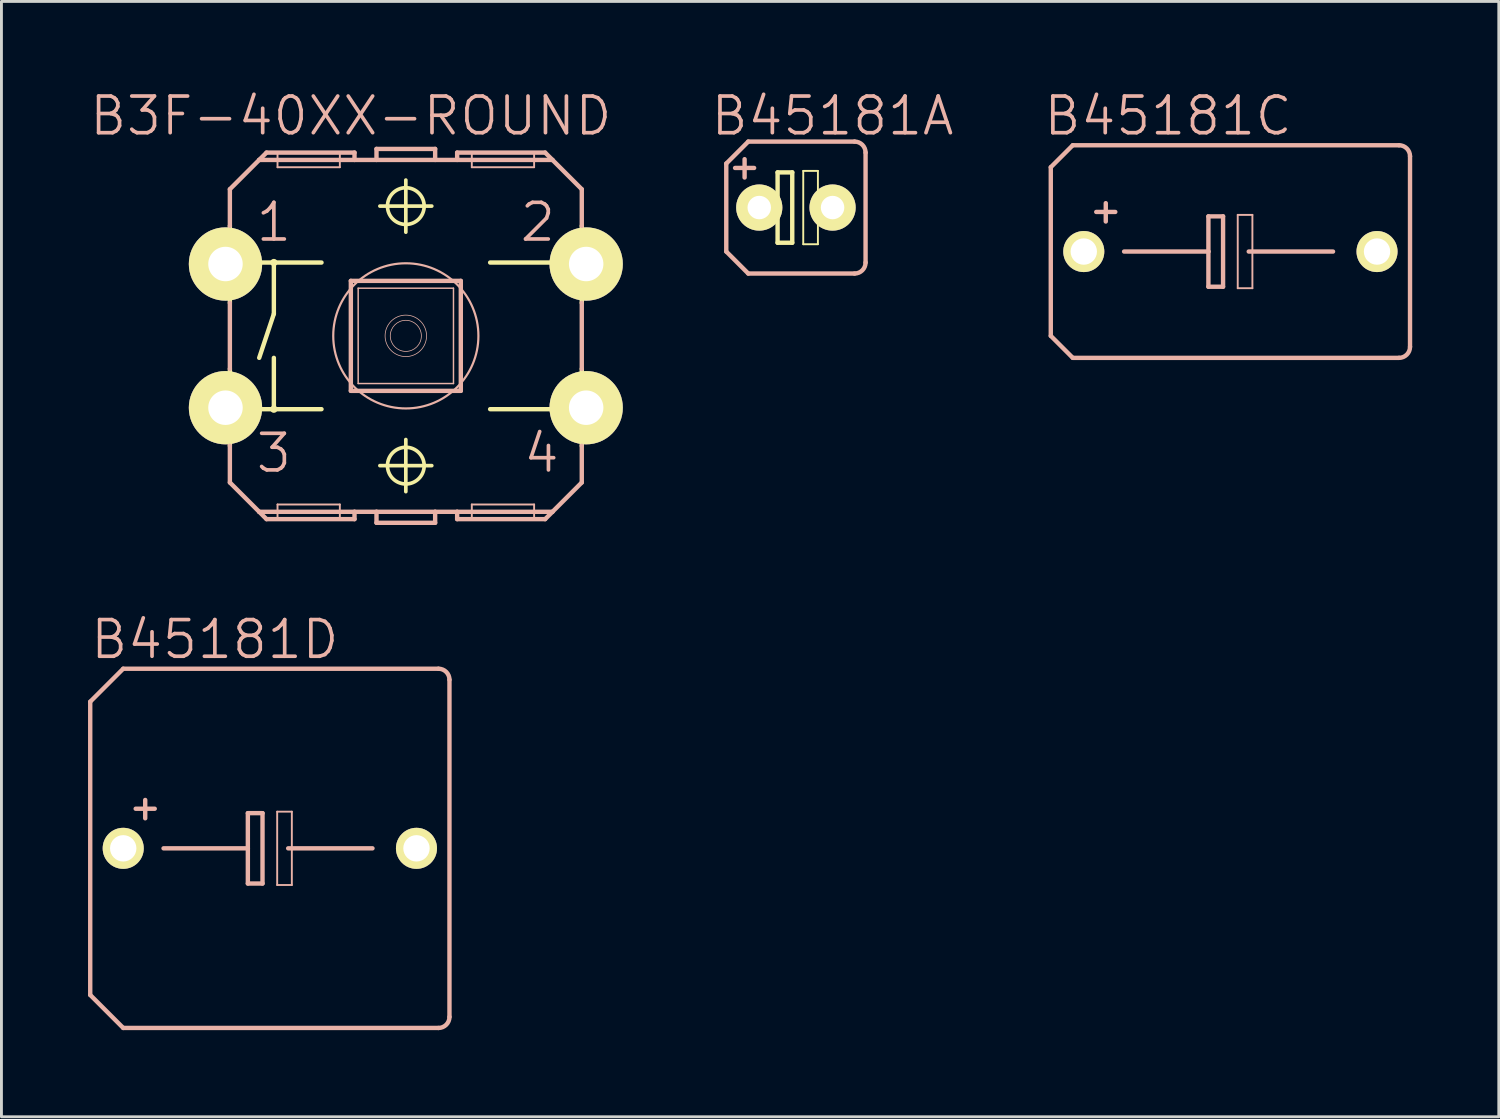
<source format=kicad_pcb>
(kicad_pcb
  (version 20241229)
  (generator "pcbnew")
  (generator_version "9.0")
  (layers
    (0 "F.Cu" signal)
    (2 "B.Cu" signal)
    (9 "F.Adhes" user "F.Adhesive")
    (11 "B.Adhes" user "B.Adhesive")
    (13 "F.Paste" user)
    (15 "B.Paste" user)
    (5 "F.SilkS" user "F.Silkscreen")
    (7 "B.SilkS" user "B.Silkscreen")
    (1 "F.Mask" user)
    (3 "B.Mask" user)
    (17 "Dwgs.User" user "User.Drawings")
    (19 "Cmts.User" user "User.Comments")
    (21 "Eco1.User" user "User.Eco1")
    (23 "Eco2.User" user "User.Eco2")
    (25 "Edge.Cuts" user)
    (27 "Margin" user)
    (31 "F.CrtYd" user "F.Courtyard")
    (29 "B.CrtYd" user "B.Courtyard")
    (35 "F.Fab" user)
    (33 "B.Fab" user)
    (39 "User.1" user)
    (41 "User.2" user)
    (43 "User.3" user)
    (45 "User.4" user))
  (footprint "B45181C"
    (layer "F.Cu")
    (at 39.578 5.665)
    (property "Reference" "B45181C" (at -2.159 -4.699 0) (layer "B.SilkS") (effects (font (size 1.27 1.27) (thickness 0.127))))
    (attr exclude_from_pos_files exclude_from_bom)
    (fp_line (start -6.223 -2.921) (end -6.223 2.921) (stroke (width 0.152) (type solid)) (layer "B.SilkS"))
    (fp_line (start -6.223 -2.921) (end -5.461 -3.683) (stroke (width 0.152) (type solid)) (layer "B.SilkS"))
    (fp_line (start -5.461 3.683) (end -6.223 2.921) (stroke (width 0.152) (type solid)) (layer "B.SilkS"))
    (fp_line (start -5.461 3.683) (end 5.842 3.683) (stroke (width 0.152) (type solid)) (layer "B.SilkS"))
    (fp_line (start -4.318 -1.676) (end -4.318 -1.041) (stroke (width 0.152) (type solid)) (layer "B.SilkS"))
    (fp_line (start -3.988 -1.372) (end -4.648 -1.372) (stroke (width 0.152) (type solid)) (layer "B.SilkS"))
    (fp_line (start -3.683 0) (end -0.762 0) (stroke (width 0.152) (type solid)) (layer "B.SilkS"))
    (fp_line (start -0.762 -1.219) (end -0.762 0) (stroke (width 0.152) (type solid)) (layer "B.SilkS"))
    (fp_line (start -0.762 0) (end -0.762 1.219) (stroke (width 0.152) (type solid)) (layer "B.SilkS"))
    (fp_line (start -0.762 1.219) (end -0.254 1.219) (stroke (width 0.152) (type solid)) (layer "B.SilkS"))
    (fp_line (start -0.254 -1.219) (end -0.762 -1.219) (stroke (width 0.152) (type solid)) (layer "B.SilkS"))
    (fp_line (start -0.254 1.219) (end -0.254 -1.219) (stroke (width 0.152) (type solid)) (layer "B.SilkS"))
    (fp_line (start 0.254 -1.27) (end 0.762 -1.27) (stroke (width 0.066) (type solid)) (layer "B.SilkS"))
    (fp_line (start 0.254 1.27) (end 0.254 -1.27) (stroke (width 0.066) (type solid)) (layer "B.SilkS"))
    (fp_line (start 0.254 1.27) (end 0.762 1.27) (stroke (width 0.066) (type solid)) (layer "B.SilkS"))
    (fp_line (start 0.635 0) (end 3.556 0) (stroke (width 0.152) (type solid)) (layer "B.SilkS"))
    (fp_line (start 0.762 1.27) (end 0.762 -1.27) (stroke (width 0.066) (type solid)) (layer "B.SilkS"))
    (fp_line (start 5.842 -3.683) (end -5.461 -3.683) (stroke (width 0.152) (type solid)) (layer "B.SilkS"))
    (fp_line (start 6.223 -3.302) (end 6.223 3.302) (stroke (width 0.152) (type solid)) (layer "B.SilkS"))
    (fp_arc (start 5.842 -3.683) (mid 6.111408 -3.571408) (end 6.223 -3.302) (stroke (width 0.1524) (type solid)) (layer "B.SilkS"))
    (fp_arc (start 6.223 3.302) (mid 6.111408 3.571408) (end 5.842 3.683) (stroke (width 0.1524) (type solid)) (layer "B.SilkS"))
    (pad "+" thru_hole circle (at -5.08 0) (size 1.422 1.422) (drill 0.914) (layers "*.Cu" "F.Mask" "F.SilkS" "F.Paste"))
    (pad "-" thru_hole circle (at 5.08 0) (size 1.422 1.422) (drill 0.914) (layers "*.Cu" "F.Mask" "F.SilkS" "F.Paste")))
  (footprint "B45181A"
    (layer "F.Cu")
    (at 24.525 4.141)
    (property "Reference" "B45181A" (at 1.27 -3.175 0) (layer "B.SilkS") (effects (font (size 1.27 1.27) (thickness 0.127))))
    (attr exclude_from_pos_files exclude_from_bom)
    (fp_line (start -1.651 0) (end -0.635 0) (stroke (width 0.152) (type solid)) (layer "F.SilkS"))
    (fp_line (start -0.635 -1.219) (end -0.635 0) (stroke (width 0.152) (type solid)) (layer "F.SilkS"))
    (fp_line (start -0.635 0) (end -0.635 1.219) (stroke (width 0.152) (type solid)) (layer "F.SilkS"))
    (fp_line (start -0.635 1.219) (end -0.127 1.219) (stroke (width 0.152) (type solid)) (layer "F.SilkS"))
    (fp_line (start -0.127 -1.219) (end -0.635 -1.219) (stroke (width 0.152) (type solid)) (layer "F.SilkS"))
    (fp_line (start -0.127 1.219) (end -0.127 -1.219) (stroke (width 0.152) (type solid)) (layer "F.SilkS"))
    (fp_line (start 0.254 -1.27) (end 0.762 -1.27) (stroke (width 0.066) (type solid)) (layer "F.SilkS"))
    (fp_line (start 0.254 1.27) (end 0.254 -1.27) (stroke (width 0.066) (type solid)) (layer "F.SilkS"))
    (fp_line (start 0.254 1.27) (end 0.762 1.27) (stroke (width 0.066) (type solid)) (layer "F.SilkS"))
    (fp_line (start 0.635 0) (end 1.651 0) (stroke (width 0.152) (type solid)) (layer "F.SilkS"))
    (fp_line (start 0.762 1.27) (end 0.762 -1.27) (stroke (width 0.066) (type solid)) (layer "F.SilkS"))
    (fp_line (start -2.413 -1.524) (end -2.413 1.524) (stroke (width 0.152) (type solid)) (layer "B.SilkS"))
    (fp_line (start -2.413 -1.524) (end -1.651 -2.286) (stroke (width 0.152) (type solid)) (layer "B.SilkS"))
    (fp_line (start -1.778 -1.676) (end -1.778 -1.041) (stroke (width 0.152) (type solid)) (layer "B.SilkS"))
    (fp_line (start -1.651 2.286) (end -2.413 1.524) (stroke (width 0.152) (type solid)) (layer "B.SilkS"))
    (fp_line (start -1.651 2.286) (end 2.032 2.286) (stroke (width 0.152) (type solid)) (layer "B.SilkS"))
    (fp_line (start -1.448 -1.372) (end -2.108 -1.372) (stroke (width 0.152) (type solid)) (layer "B.SilkS"))
    (fp_line (start 2.032 -2.286) (end -1.651 -2.286) (stroke (width 0.152) (type solid)) (layer "B.SilkS"))
    (fp_line (start 2.413 -1.905) (end 2.413 1.905) (stroke (width 0.152) (type solid)) (layer "B.SilkS"))
    (fp_arc (start 2.032 -2.286) (mid 2.301408 -2.174408) (end 2.413 -1.905) (stroke (width 0.1524) (type solid)) (layer "B.SilkS"))
    (fp_arc (start 2.413 1.905) (mid 2.301408 2.174408) (end 2.032 2.286) (stroke (width 0.1524) (type solid)) (layer "B.SilkS"))
    (pad "+" thru_hole circle (at -1.27 0) (size 1.6 1.6) (drill 0.813) (layers "*.Cu" "F.Mask" "F.SilkS" "F.Paste"))
    (pad "-" thru_hole circle (at 1.27 0) (size 1.6 1.6) (drill 0.813) (layers "*.Cu" "F.Mask" "F.SilkS" "F.Paste")))
  (footprint "B3F-40XX-ROUND"
    (layer "F.Cu")
    (at 11.01 8.586)
    (property "Reference" "B3F-40XX-ROUND" (at -1.905 -7.62 0) (layer "B.SilkS") (effects (font (size 1.27 1.27) (thickness 0.127))))
    (attr exclude_from_pos_files exclude_from_bom)
    (fp_line (start -6.604 -2.921) (end -6.096 -2.921) (stroke (width 0.066) (type solid)) (layer "F.SilkS"))
    (fp_line (start -6.604 -2.032) (end -6.604 -2.921) (stroke (width 0.066) (type solid)) (layer "F.SilkS"))
    (fp_line (start -6.604 -2.032) (end -6.096 -2.032) (stroke (width 0.066) (type solid)) (layer "F.SilkS"))
    (fp_line (start -6.604 2.032) (end -6.096 2.032) (stroke (width 0.066) (type solid)) (layer "F.SilkS"))
    (fp_line (start -6.604 2.921) (end -6.604 2.032) (stroke (width 0.066) (type solid)) (layer "F.SilkS"))
    (fp_line (start -6.604 2.921) (end -6.096 2.921) (stroke (width 0.066) (type solid)) (layer "F.SilkS"))
    (fp_line (start -6.096 -2.032) (end -6.096 -2.921) (stroke (width 0.066) (type solid)) (layer "F.SilkS"))
    (fp_line (start -6.096 -1.143) (end -6.096 -3.81) (stroke (width 0.152) (type solid)) (layer "F.SilkS"))
    (fp_line (start -6.096 2.921) (end -6.096 2.032) (stroke (width 0.066) (type solid)) (layer "F.SilkS"))
    (fp_line (start -6.096 3.81) (end -6.096 1.143) (stroke (width 0.152) (type solid)) (layer "F.SilkS"))
    (fp_line (start -5.08 -2.54) (end -4.572 -2.54) (stroke (width 0.152) (type solid)) (layer "F.SilkS"))
    (fp_line (start -5.08 2.54) (end -4.572 2.54) (stroke (width 0.152) (type solid)) (layer "F.SilkS"))
    (fp_line (start -4.572 -2.54) (end -4.572 -0.762) (stroke (width 0.152) (type solid)) (layer "F.SilkS"))
    (fp_line (start -4.572 -2.54) (end -2.921 -2.54) (stroke (width 0.152) (type solid)) (layer "F.SilkS"))
    (fp_line (start -4.572 -0.762) (end -5.08 0.762) (stroke (width 0.152) (type solid)) (layer "F.SilkS"))
    (fp_line (start -4.572 0.762) (end -4.572 2.54) (stroke (width 0.152) (type solid)) (layer "F.SilkS"))
    (fp_line (start -4.572 2.54) (end -2.921 2.54) (stroke (width 0.152) (type solid)) (layer "F.SilkS"))
    (fp_line (start -0.899 -4.496) (end 0.899 -4.496) (stroke (width 0.127) (type solid)) (layer "F.SilkS"))
    (fp_line (start -0.899 4.496) (end 0.899 4.496) (stroke (width 0.127) (type solid)) (layer "F.SilkS"))
    (fp_line (start 0 -3.592) (end 0 -5.397) (stroke (width 0.127) (type solid)) (layer "F.SilkS"))
    (fp_line (start 0 5.397) (end 0 3.592) (stroke (width 0.127) (type solid)) (layer "F.SilkS"))
    (fp_line (start 2.921 -2.54) (end 5.08 -2.54) (stroke (width 0.152) (type solid)) (layer "F.SilkS"))
    (fp_line (start 2.921 2.54) (end 5.08 2.54) (stroke (width 0.152) (type solid)) (layer "F.SilkS"))
    (fp_line (start 6.096 -2.921) (end 6.604 -2.921) (stroke (width 0.066) (type solid)) (layer "F.SilkS"))
    (fp_line (start 6.096 -2.032) (end 6.096 -2.921) (stroke (width 0.066) (type solid)) (layer "F.SilkS"))
    (fp_line (start 6.096 -2.032) (end 6.604 -2.032) (stroke (width 0.066) (type solid)) (layer "F.SilkS"))
    (fp_line (start 6.096 -1.143) (end 6.096 -3.81) (stroke (width 0.152) (type solid)) (layer "F.SilkS"))
    (fp_line (start 6.096 2.032) (end 6.604 2.032) (stroke (width 0.066) (type solid)) (layer "F.SilkS"))
    (fp_line (start 6.096 2.921) (end 6.096 2.032) (stroke (width 0.066) (type solid)) (layer "F.SilkS"))
    (fp_line (start 6.096 2.921) (end 6.604 2.921) (stroke (width 0.066) (type solid)) (layer "F.SilkS"))
    (fp_line (start 6.096 3.81) (end 6.096 1.143) (stroke (width 0.152) (type solid)) (layer "F.SilkS"))
    (fp_line (start 6.604 -2.032) (end 6.604 -2.921) (stroke (width 0.066) (type solid)) (layer "F.SilkS"))
    (fp_line (start 6.604 2.921) (end 6.604 2.032) (stroke (width 0.066) (type solid)) (layer "F.SilkS"))
    (fp_circle (center -4.572 -2.54) (end -4.636 -2.603) (stroke (width 0.076) (type solid)) (fill no) (layer "F.SilkS"))
    (fp_circle (center -4.572 2.54) (end -4.636 2.603) (stroke (width 0.076) (type solid)) (fill no) (layer "F.SilkS"))
    (fp_circle (center 0 -4.496) (end -0.45 -4.945) (stroke (width 0.127) (type solid)) (fill no) (layer "F.SilkS"))
    (fp_circle (center 0 4.496) (end -0.45 4.945) (stroke (width 0.127) (type solid)) (fill no) (layer "F.SilkS"))
    (fp_line (start -6.096 -5.08) (end -6.096 -3.81) (stroke (width 0.152) (type solid)) (layer "B.SilkS"))
    (fp_line (start -6.096 -1.143) (end -6.096 1.143) (stroke (width 0.152) (type solid)) (layer "B.SilkS"))
    (fp_line (start -6.096 3.81) (end -6.096 5.08) (stroke (width 0.152) (type solid)) (layer "B.SilkS"))
    (fp_line (start -6.096 5.08) (end -5.08 6.096) (stroke (width 0.152) (type solid)) (layer "B.SilkS"))
    (fp_line (start -5.08 -6.096) (end -6.096 -5.08) (stroke (width 0.152) (type solid)) (layer "B.SilkS"))
    (fp_line (start -5.08 -6.096) (end -4.826 -6.35) (stroke (width 0.152) (type solid)) (layer "B.SilkS"))
    (fp_line (start -5.08 -6.096) (end -1.778 -6.096) (stroke (width 0.152) (type solid)) (layer "B.SilkS"))
    (fp_line (start -5.08 6.096) (end -1.778 6.096) (stroke (width 0.152) (type solid)) (layer "B.SilkS"))
    (fp_line (start -4.826 6.35) (end -5.08 6.096) (stroke (width 0.152) (type solid)) (layer "B.SilkS"))
    (fp_line (start -4.445 -6.35) (end -2.286 -6.35) (stroke (width 0.066) (type solid)) (layer "B.SilkS"))
    (fp_line (start -4.445 -5.842) (end -4.445 -6.35) (stroke (width 0.066) (type solid)) (layer "B.SilkS"))
    (fp_line (start -4.445 -5.842) (end -2.286 -5.842) (stroke (width 0.066) (type solid)) (layer "B.SilkS"))
    (fp_line (start -4.445 5.842) (end -2.286 5.842) (stroke (width 0.066) (type solid)) (layer "B.SilkS"))
    (fp_line (start -4.445 6.35) (end -4.445 5.842) (stroke (width 0.066) (type solid)) (layer "B.SilkS"))
    (fp_line (start -4.445 6.35) (end -2.286 6.35) (stroke (width 0.066) (type solid)) (layer "B.SilkS"))
    (fp_line (start -2.286 -5.842) (end -2.286 -6.35) (stroke (width 0.066) (type solid)) (layer "B.SilkS"))
    (fp_line (start -2.286 6.35) (end -2.286 5.842) (stroke (width 0.066) (type solid)) (layer "B.SilkS"))
    (fp_line (start -1.905 -1.905) (end -1.905 1.905) (stroke (width 0.152) (type solid)) (layer "B.SilkS"))
    (fp_line (start -1.905 -1.905) (end 1.905 -1.905) (stroke (width 0.152) (type solid)) (layer "B.SilkS"))
    (fp_line (start -1.778 -6.35) (end -4.826 -6.35) (stroke (width 0.152) (type solid)) (layer "B.SilkS"))
    (fp_line (start -1.778 -6.35) (end -1.778 -6.096) (stroke (width 0.152) (type solid)) (layer "B.SilkS"))
    (fp_line (start -1.778 -6.096) (end -1.016 -6.096) (stroke (width 0.152) (type solid)) (layer "B.SilkS"))
    (fp_line (start -1.778 6.096) (end -1.778 6.35) (stroke (width 0.152) (type solid)) (layer "B.SilkS"))
    (fp_line (start -1.778 6.096) (end -1.016 6.096) (stroke (width 0.152) (type solid)) (layer "B.SilkS"))
    (fp_line (start -1.778 6.35) (end -4.826 6.35) (stroke (width 0.152) (type solid)) (layer "B.SilkS"))
    (fp_line (start -1.651 -1.651) (end -1.651 1.651) (stroke (width 0.051) (type solid)) (layer "B.SilkS"))
    (fp_line (start -1.651 -1.651) (end 1.651 -1.651) (stroke (width 0.051) (type solid)) (layer "B.SilkS"))
    (fp_line (start -1.016 -6.477) (end 1.016 -6.477) (stroke (width 0.152) (type solid)) (layer "B.SilkS"))
    (fp_line (start -1.016 -6.096) (end -1.016 -6.477) (stroke (width 0.152) (type solid)) (layer "B.SilkS"))
    (fp_line (start -1.016 -6.096) (end 1.016 -6.096) (stroke (width 0.152) (type solid)) (layer "B.SilkS"))
    (fp_line (start -1.016 6.096) (end 1.016 6.096) (stroke (width 0.152) (type solid)) (layer "B.SilkS"))
    (fp_line (start -1.016 6.477) (end -1.016 6.096) (stroke (width 0.152) (type solid)) (layer "B.SilkS"))
    (fp_line (start -1.016 6.477) (end 1.016 6.477) (stroke (width 0.152) (type solid)) (layer "B.SilkS"))
    (fp_line (start 1.016 -6.477) (end 1.016 -6.096) (stroke (width 0.152) (type solid)) (layer "B.SilkS"))
    (fp_line (start 1.016 6.096) (end 1.016 6.477) (stroke (width 0.152) (type solid)) (layer "B.SilkS"))
    (fp_line (start 1.016 6.096) (end 1.778 6.096) (stroke (width 0.152) (type solid)) (layer "B.SilkS"))
    (fp_line (start 1.651 1.651) (end -1.651 1.651) (stroke (width 0.051) (type solid)) (layer "B.SilkS"))
    (fp_line (start 1.651 1.651) (end 1.651 -1.651) (stroke (width 0.051) (type solid)) (layer "B.SilkS"))
    (fp_line (start 1.778 -6.35) (end 1.778 -6.096) (stroke (width 0.152) (type solid)) (layer "B.SilkS"))
    (fp_line (start 1.778 -6.096) (end 1.016 -6.096) (stroke (width 0.152) (type solid)) (layer "B.SilkS"))
    (fp_line (start 1.778 6.096) (end 1.778 6.35) (stroke (width 0.152) (type solid)) (layer "B.SilkS"))
    (fp_line (start 1.778 6.096) (end 5.08 6.096) (stroke (width 0.152) (type solid)) (layer "B.SilkS"))
    (fp_line (start 1.905 1.905) (end -1.905 1.905) (stroke (width 0.152) (type solid)) (layer "B.SilkS"))
    (fp_line (start 1.905 1.905) (end 1.905 -1.905) (stroke (width 0.152) (type solid)) (layer "B.SilkS"))
    (fp_line (start 2.286 -6.35) (end 4.445 -6.35) (stroke (width 0.066) (type solid)) (layer "B.SilkS"))
    (fp_line (start 2.286 -5.842) (end 2.286 -6.35) (stroke (width 0.066) (type solid)) (layer "B.SilkS"))
    (fp_line (start 2.286 -5.842) (end 4.445 -5.842) (stroke (width 0.066) (type solid)) (layer "B.SilkS"))
    (fp_line (start 2.286 5.842) (end 4.445 5.842) (stroke (width 0.066) (type solid)) (layer "B.SilkS"))
    (fp_line (start 2.286 6.35) (end 2.286 5.842) (stroke (width 0.066) (type solid)) (layer "B.SilkS"))
    (fp_line (start 2.286 6.35) (end 4.445 6.35) (stroke (width 0.066) (type solid)) (layer "B.SilkS"))
    (fp_line (start 4.445 -5.842) (end 4.445 -6.35) (stroke (width 0.066) (type solid)) (layer "B.SilkS"))
    (fp_line (start 4.445 6.35) (end 4.445 5.842) (stroke (width 0.066) (type solid)) (layer "B.SilkS"))
    (fp_line (start 4.826 -6.35) (end 1.778 -6.35) (stroke (width 0.152) (type solid)) (layer "B.SilkS"))
    (fp_line (start 4.826 6.35) (end 1.778 6.35) (stroke (width 0.152) (type solid)) (layer "B.SilkS"))
    (fp_line (start 5.08 -6.096) (end 1.778 -6.096) (stroke (width 0.152) (type solid)) (layer "B.SilkS"))
    (fp_line (start 5.08 -6.096) (end 4.826 -6.35) (stroke (width 0.152) (type solid)) (layer "B.SilkS"))
    (fp_line (start 5.08 6.096) (end 4.826 6.35) (stroke (width 0.152) (type solid)) (layer "B.SilkS"))
    (fp_line (start 5.08 6.096) (end 6.096 5.08) (stroke (width 0.152) (type solid)) (layer "B.SilkS"))
    (fp_line (start 6.096 -5.08) (end 5.08 -6.096) (stroke (width 0.152) (type solid)) (layer "B.SilkS"))
    (fp_line (start 6.096 -5.08) (end 6.096 -3.81) (stroke (width 0.152) (type solid)) (layer "B.SilkS"))
    (fp_line (start 6.096 -1.143) (end 6.096 1.143) (stroke (width 0.152) (type solid)) (layer "B.SilkS"))
    (fp_line (start 6.096 5.08) (end 6.096 3.81) (stroke (width 0.152) (type solid)) (layer "B.SilkS"))
    (fp_circle (center 0 0) (end -1.778 1.778) (stroke (width 0.076) (type solid)) (fill no) (layer "B.SilkS"))
    (fp_circle (center 0 0) (end -0.508 0.508) (stroke (width 0.025) (type solid)) (fill no) (layer "B.SilkS"))
    (fp_circle (center 0 0) (end -0.381 0.381) (stroke (width 0.025) (type solid)) (fill no) (layer "B.SilkS"))
    (fp_text user "3" (at -4.572 4.064 0) (layer "B.SilkS") (effects (font (size 1.27 1.27) (thickness 0.127))))
    (fp_text user "1" (at -4.572 -3.937 0) (layer "B.SilkS") (effects (font (size 1.27 1.27) (thickness 0.127))))
    (fp_text user "2" (at 4.572 -3.937 0) (layer "B.SilkS") (effects (font (size 1.27 1.27) (thickness 0.127))))
    (fp_text user "4" (at 4.699 4.064 0) (layer "B.SilkS") (effects (font (size 1.27 1.27) (thickness 0.127))))
    (pad "1" thru_hole circle (at -6.248 -2.489) (size 2.54 2.54) (drill 1.194) (layers "*.Cu" "F.Mask" "F.SilkS" "F.Paste"))
    (pad "2" thru_hole circle (at 6.248 -2.489) (size 2.54 2.54) (drill 1.194) (layers "*.Cu" "F.Mask" "F.SilkS" "F.Paste"))
    (pad "3" thru_hole circle (at -6.248 2.489) (size 2.54 2.54) (drill 1.194) (layers "*.Cu" "F.Mask" "F.SilkS" "F.Paste"))
    (pad "4" thru_hole circle (at 6.248 2.489) (size 2.54 2.54) (drill 1.194) (layers "*.Cu" "F.Mask" "F.SilkS" "F.Paste")))
  (footprint "B45181D"
    (layer "F.Cu")
    (at 6.299 26.341)
    (property "Reference" "B45181D" (at -1.905 -7.236 0) (layer "B.SilkS") (effects (font (size 1.27 1.27) (thickness 0.127))))
    (attr exclude_from_pos_files exclude_from_bom)
    (fp_line (start -6.223 -5.08) (end -6.223 5.08) (stroke (width 0.152) (type solid)) (layer "B.SilkS"))
    (fp_line (start -6.223 -5.08) (end -5.08 -6.223) (stroke (width 0.152) (type solid)) (layer "B.SilkS"))
    (fp_line (start -5.08 6.223) (end -6.223 5.08) (stroke (width 0.152) (type solid)) (layer "B.SilkS"))
    (fp_line (start -5.08 6.223) (end 5.842 6.223) (stroke (width 0.152) (type solid)) (layer "B.SilkS"))
    (fp_line (start -4.318 -1.676) (end -4.318 -1.041) (stroke (width 0.152) (type solid)) (layer "B.SilkS"))
    (fp_line (start -3.988 -1.372) (end -4.648 -1.372) (stroke (width 0.152) (type solid)) (layer "B.SilkS"))
    (fp_line (start -3.683 0) (end -0.762 0) (stroke (width 0.152) (type solid)) (layer "B.SilkS"))
    (fp_line (start -0.762 -1.219) (end -0.762 0) (stroke (width 0.152) (type solid)) (layer "B.SilkS"))
    (fp_line (start -0.762 0) (end -0.762 1.219) (stroke (width 0.152) (type solid)) (layer "B.SilkS"))
    (fp_line (start -0.762 1.219) (end -0.254 1.219) (stroke (width 0.152) (type solid)) (layer "B.SilkS"))
    (fp_line (start -0.254 -1.219) (end -0.762 -1.219) (stroke (width 0.152) (type solid)) (layer "B.SilkS"))
    (fp_line (start -0.254 1.219) (end -0.254 -1.219) (stroke (width 0.152) (type solid)) (layer "B.SilkS"))
    (fp_line (start 0.254 -1.27) (end 0.762 -1.27) (stroke (width 0.066) (type solid)) (layer "B.SilkS"))
    (fp_line (start 0.254 1.27) (end 0.254 -1.27) (stroke (width 0.066) (type solid)) (layer "B.SilkS"))
    (fp_line (start 0.254 1.27) (end 0.762 1.27) (stroke (width 0.066) (type solid)) (layer "B.SilkS"))
    (fp_line (start 0.635 0) (end 3.556 0) (stroke (width 0.152) (type solid)) (layer "B.SilkS"))
    (fp_line (start 0.762 1.27) (end 0.762 -1.27) (stroke (width 0.066) (type solid)) (layer "B.SilkS"))
    (fp_line (start 5.842 -6.223) (end -5.08 -6.223) (stroke (width 0.152) (type solid)) (layer "B.SilkS"))
    (fp_line (start 6.223 -5.842) (end 6.223 5.842) (stroke (width 0.152) (type solid)) (layer "B.SilkS"))
    (fp_arc (start 5.842 -6.223) (mid 6.111408 -6.111408) (end 6.223 -5.842) (stroke (width 0.1524) (type solid)) (layer "B.SilkS"))
    (fp_arc (start 6.223 5.842) (mid 6.111408 6.111408) (end 5.842 6.223) (stroke (width 0.1524) (type solid)) (layer "B.SilkS"))
    (pad "+" thru_hole circle (at -5.08 0) (size 1.422 1.422) (drill 0.914) (layers "*.Cu" "F.Mask" "F.SilkS" "F.Paste"))
    (pad "-" thru_hole circle (at 5.08 0) (size 1.422 1.422) (drill 0.914) (layers "*.Cu" "F.Mask" "F.SilkS" "F.Paste")))
  (gr_rect
    (start -3 -3)
    (end 48.877 35.641)
    (stroke (width 0.1) (type default))
    (fill no)
    (layer "Edge.Cuts")))
</source>
